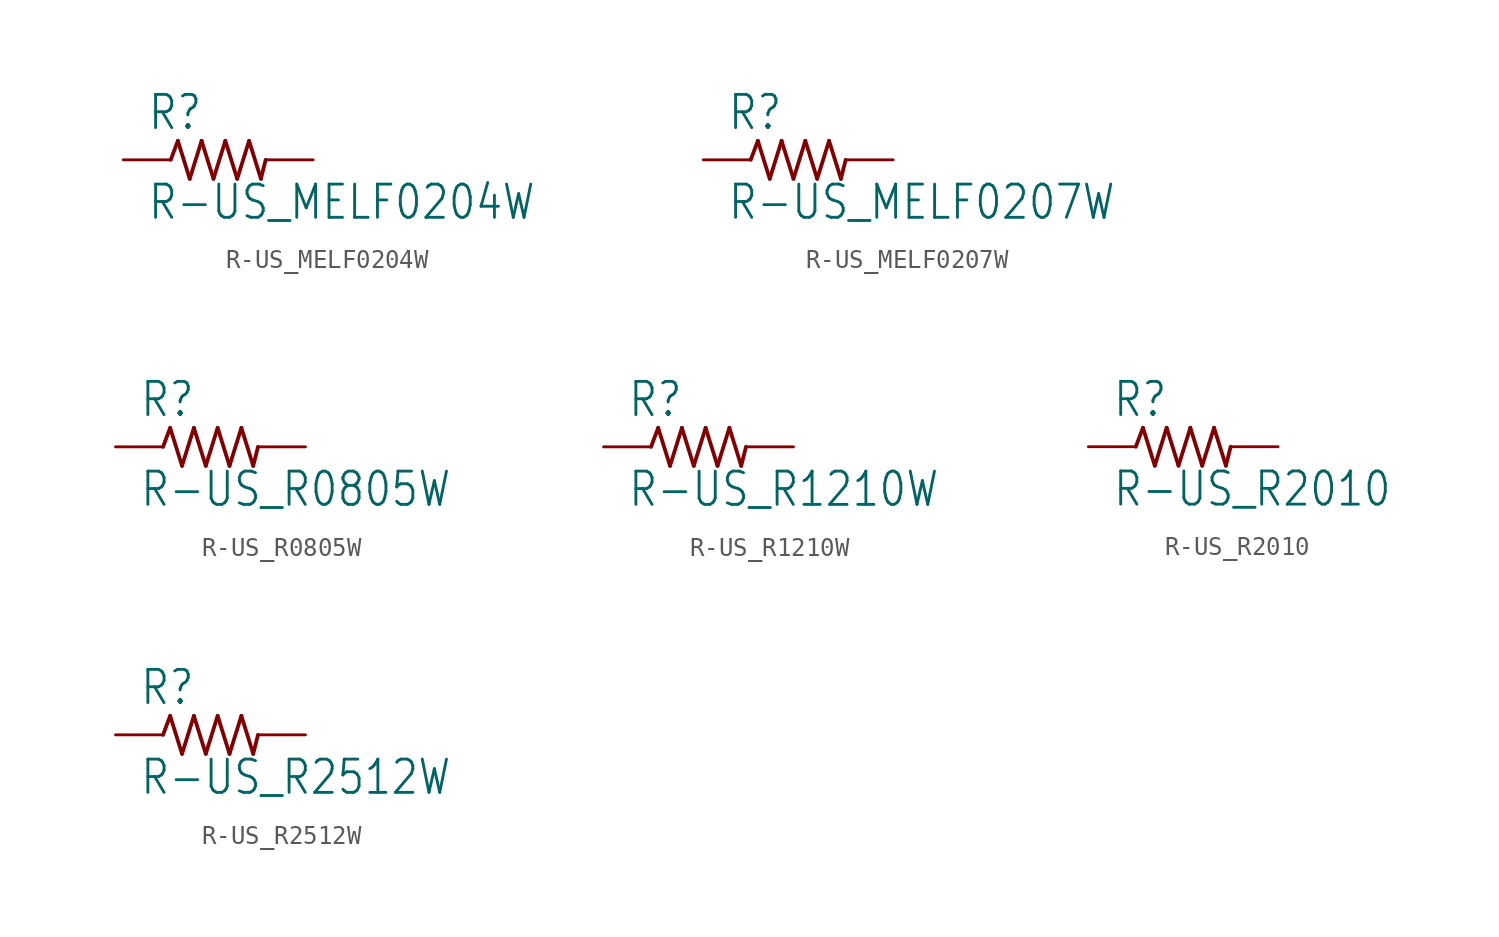
<source format=kicad_sym>
(kicad_symbol_lib
  (version 20211014)
  (generator kicad_symbol_editor)
  (symbol "R-US_MELF0204W"
    (property "Reference" "R"
      (at -3.81 1.499 0)
      (effects (font (size 1.778 1.511)) (justify left bottom)))
    (property "Value" "R-US_MELF0204W"
      (at -3.81 -3.302 0)
      (effects (font (size 1.778 1.511)) (justify left bottom)))
    (property "ki_locked" ""
      (at 0 0 0)
      (effects (font (size 1.27 1.27))))
    (symbol "R-US_MELF0204W_1_0"
      (polyline (pts (xy -2.54 0) (xy -2.159 1.016)) (stroke (width 0.203) (type default) (color 0 0 0 0)) (fill (type none)))
      (polyline (pts (xy -2.159 1.016) (xy -1.524 -1.016)) (stroke (width 0.203) (type default) (color 0 0 0 0)) (fill (type none)))
      (polyline (pts (xy -1.524 -1.016) (xy -0.889 1.016)) (stroke (width 0.203) (type default) (color 0 0 0 0)) (fill (type none)))
      (polyline (pts (xy -0.889 1.016) (xy -0.254 -1.016)) (stroke (width 0.203) (type default) (color 0 0 0 0)) (fill (type none)))
      (polyline (pts (xy -0.254 -1.016) (xy 0.381 1.016)) (stroke (width 0.203) (type default) (color 0 0 0 0)) (fill (type none)))
      (polyline (pts (xy 0.381 1.016) (xy 1.016 -1.016)) (stroke (width 0.203) (type default) (color 0 0 0 0)) (fill (type none)))
      (polyline (pts (xy 1.016 -1.016) (xy 1.651 1.016)) (stroke (width 0.203) (type default) (color 0 0 0 0)) (fill (type none)))
      (polyline (pts (xy 1.651 1.016) (xy 2.286 -1.016)) (stroke (width 0.203) (type default) (color 0 0 0 0)) (fill (type none)))
      (polyline (pts (xy 2.286 -1.016) (xy 2.54 0)) (stroke (width 0.203) (type default) (color 0 0 0 0)) (fill (type none)))
      (pin passive line (at -5.08 0 0) (length 2.54) (name "1" (effects (font (size 0 0)))) (number "1" (effects (font (size 0 0)))))
      (pin passive line (at 5.08 0 180) (length 2.54) (name "2" (effects (font (size 0 0)))) (number "2" (effects (font (size 0 0)))))))
  (symbol "R-US_MELF0207W"
    (property "Reference" "R"
      (at -3.81 1.499 0)
      (effects (font (size 1.778 1.511)) (justify left bottom)))
    (property "Value" "R-US_MELF0207W"
      (at -3.81 -3.302 0)
      (effects (font (size 1.778 1.511)) (justify left bottom)))
    (property "ki_locked" ""
      (at 0 0 0)
      (effects (font (size 1.27 1.27))))
    (symbol "R-US_MELF0207W_1_0"
      (polyline (pts (xy -2.54 0) (xy -2.159 1.016)) (stroke (width 0.203) (type default) (color 0 0 0 0)) (fill (type none)))
      (polyline (pts (xy -2.159 1.016) (xy -1.524 -1.016)) (stroke (width 0.203) (type default) (color 0 0 0 0)) (fill (type none)))
      (polyline (pts (xy -1.524 -1.016) (xy -0.889 1.016)) (stroke (width 0.203) (type default) (color 0 0 0 0)) (fill (type none)))
      (polyline (pts (xy -0.889 1.016) (xy -0.254 -1.016)) (stroke (width 0.203) (type default) (color 0 0 0 0)) (fill (type none)))
      (polyline (pts (xy -0.254 -1.016) (xy 0.381 1.016)) (stroke (width 0.203) (type default) (color 0 0 0 0)) (fill (type none)))
      (polyline (pts (xy 0.381 1.016) (xy 1.016 -1.016)) (stroke (width 0.203) (type default) (color 0 0 0 0)) (fill (type none)))
      (polyline (pts (xy 1.016 -1.016) (xy 1.651 1.016)) (stroke (width 0.203) (type default) (color 0 0 0 0)) (fill (type none)))
      (polyline (pts (xy 1.651 1.016) (xy 2.286 -1.016)) (stroke (width 0.203) (type default) (color 0 0 0 0)) (fill (type none)))
      (polyline (pts (xy 2.286 -1.016) (xy 2.54 0)) (stroke (width 0.203) (type default) (color 0 0 0 0)) (fill (type none)))
      (pin passive line (at -5.08 0 0) (length 2.54) (name "1" (effects (font (size 0 0)))) (number "1" (effects (font (size 0 0)))))
      (pin passive line (at 5.08 0 180) (length 2.54) (name "2" (effects (font (size 0 0)))) (number "2" (effects (font (size 0 0)))))))
  (symbol "R-US_R0805W"
    (property "Reference" "R"
      (at -3.81 1.499 0)
      (effects (font (size 1.778 1.511)) (justify left bottom)))
    (property "Value" "R-US_R0805W"
      (at -3.81 -3.302 0)
      (effects (font (size 1.778 1.511)) (justify left bottom)))
    (property "ki_locked" ""
      (at 0 0 0)
      (effects (font (size 1.27 1.27))))
    (symbol "R-US_R0805W_1_0"
      (polyline (pts (xy -2.54 0) (xy -2.159 1.016)) (stroke (width 0.203) (type default) (color 0 0 0 0)) (fill (type none)))
      (polyline (pts (xy -2.159 1.016) (xy -1.524 -1.016)) (stroke (width 0.203) (type default) (color 0 0 0 0)) (fill (type none)))
      (polyline (pts (xy -1.524 -1.016) (xy -0.889 1.016)) (stroke (width 0.203) (type default) (color 0 0 0 0)) (fill (type none)))
      (polyline (pts (xy -0.889 1.016) (xy -0.254 -1.016)) (stroke (width 0.203) (type default) (color 0 0 0 0)) (fill (type none)))
      (polyline (pts (xy -0.254 -1.016) (xy 0.381 1.016)) (stroke (width 0.203) (type default) (color 0 0 0 0)) (fill (type none)))
      (polyline (pts (xy 0.381 1.016) (xy 1.016 -1.016)) (stroke (width 0.203) (type default) (color 0 0 0 0)) (fill (type none)))
      (polyline (pts (xy 1.016 -1.016) (xy 1.651 1.016)) (stroke (width 0.203) (type default) (color 0 0 0 0)) (fill (type none)))
      (polyline (pts (xy 1.651 1.016) (xy 2.286 -1.016)) (stroke (width 0.203) (type default) (color 0 0 0 0)) (fill (type none)))
      (polyline (pts (xy 2.286 -1.016) (xy 2.54 0)) (stroke (width 0.203) (type default) (color 0 0 0 0)) (fill (type none)))
      (pin passive line (at -5.08 0 0) (length 2.54) (name "1" (effects (font (size 0 0)))) (number "1" (effects (font (size 0 0)))))
      (pin passive line (at 5.08 0 180) (length 2.54) (name "2" (effects (font (size 0 0)))) (number "2" (effects (font (size 0 0)))))))
  (symbol "R-US_R1210W"
    (property "Reference" "R"
      (at -3.81 1.499 0)
      (effects (font (size 1.778 1.511)) (justify left bottom)))
    (property "Value" "R-US_R1210W"
      (at -3.81 -3.302 0)
      (effects (font (size 1.778 1.511)) (justify left bottom)))
    (property "ki_locked" ""
      (at 0 0 0)
      (effects (font (size 1.27 1.27))))
    (symbol "R-US_R1210W_1_0"
      (polyline (pts (xy -2.54 0) (xy -2.159 1.016)) (stroke (width 0.203) (type default) (color 0 0 0 0)) (fill (type none)))
      (polyline (pts (xy -2.159 1.016) (xy -1.524 -1.016)) (stroke (width 0.203) (type default) (color 0 0 0 0)) (fill (type none)))
      (polyline (pts (xy -1.524 -1.016) (xy -0.889 1.016)) (stroke (width 0.203) (type default) (color 0 0 0 0)) (fill (type none)))
      (polyline (pts (xy -0.889 1.016) (xy -0.254 -1.016)) (stroke (width 0.203) (type default) (color 0 0 0 0)) (fill (type none)))
      (polyline (pts (xy -0.254 -1.016) (xy 0.381 1.016)) (stroke (width 0.203) (type default) (color 0 0 0 0)) (fill (type none)))
      (polyline (pts (xy 0.381 1.016) (xy 1.016 -1.016)) (stroke (width 0.203) (type default) (color 0 0 0 0)) (fill (type none)))
      (polyline (pts (xy 1.016 -1.016) (xy 1.651 1.016)) (stroke (width 0.203) (type default) (color 0 0 0 0)) (fill (type none)))
      (polyline (pts (xy 1.651 1.016) (xy 2.286 -1.016)) (stroke (width 0.203) (type default) (color 0 0 0 0)) (fill (type none)))
      (polyline (pts (xy 2.286 -1.016) (xy 2.54 0)) (stroke (width 0.203) (type default) (color 0 0 0 0)) (fill (type none)))
      (pin passive line (at -5.08 0 0) (length 2.54) (name "1" (effects (font (size 0 0)))) (number "1" (effects (font (size 0 0)))))
      (pin passive line (at 5.08 0 180) (length 2.54) (name "2" (effects (font (size 0 0)))) (number "2" (effects (font (size 0 0)))))))
  (symbol "R-US_R2010"
    (property "Reference" "R"
      (at -3.81 1.499 0)
      (effects (font (size 1.778 1.511)) (justify left bottom)))
    (property "Value" "R-US_R2010"
      (at -3.81 -3.302 0)
      (effects (font (size 1.778 1.511)) (justify left bottom)))
    (property "ki_locked" ""
      (at 0 0 0)
      (effects (font (size 1.27 1.27))))
    (symbol "R-US_R2010_1_0"
      (polyline (pts (xy -2.54 0) (xy -2.159 1.016)) (stroke (width 0.203) (type default) (color 0 0 0 0)) (fill (type none)))
      (polyline (pts (xy -2.159 1.016) (xy -1.524 -1.016)) (stroke (width 0.203) (type default) (color 0 0 0 0)) (fill (type none)))
      (polyline (pts (xy -1.524 -1.016) (xy -0.889 1.016)) (stroke (width 0.203) (type default) (color 0 0 0 0)) (fill (type none)))
      (polyline (pts (xy -0.889 1.016) (xy -0.254 -1.016)) (stroke (width 0.203) (type default) (color 0 0 0 0)) (fill (type none)))
      (polyline (pts (xy -0.254 -1.016) (xy 0.381 1.016)) (stroke (width 0.203) (type default) (color 0 0 0 0)) (fill (type none)))
      (polyline (pts (xy 0.381 1.016) (xy 1.016 -1.016)) (stroke (width 0.203) (type default) (color 0 0 0 0)) (fill (type none)))
      (polyline (pts (xy 1.016 -1.016) (xy 1.651 1.016)) (stroke (width 0.203) (type default) (color 0 0 0 0)) (fill (type none)))
      (polyline (pts (xy 1.651 1.016) (xy 2.286 -1.016)) (stroke (width 0.203) (type default) (color 0 0 0 0)) (fill (type none)))
      (polyline (pts (xy 2.286 -1.016) (xy 2.54 0)) (stroke (width 0.203) (type default) (color 0 0 0 0)) (fill (type none)))
      (pin passive line (at -5.08 0 0) (length 2.54) (name "1" (effects (font (size 0 0)))) (number "1" (effects (font (size 0 0)))))
      (pin passive line (at 5.08 0 180) (length 2.54) (name "2" (effects (font (size 0 0)))) (number "2" (effects (font (size 0 0)))))))
  (symbol "R-US_R2512W"
    (property "Reference" "R"
      (at -3.81 1.499 0)
      (effects (font (size 1.778 1.511)) (justify left bottom)))
    (property "Value" "R-US_R2512W"
      (at -3.81 -3.302 0)
      (effects (font (size 1.778 1.511)) (justify left bottom)))
    (property "ki_locked" ""
      (at 0 0 0)
      (effects (font (size 1.27 1.27))))
    (symbol "R-US_R2512W_1_0"
      (polyline (pts (xy -2.54 0) (xy -2.159 1.016)) (stroke (width 0.203) (type default) (color 0 0 0 0)) (fill (type none)))
      (polyline (pts (xy -2.159 1.016) (xy -1.524 -1.016)) (stroke (width 0.203) (type default) (color 0 0 0 0)) (fill (type none)))
      (polyline (pts (xy -1.524 -1.016) (xy -0.889 1.016)) (stroke (width 0.203) (type default) (color 0 0 0 0)) (fill (type none)))
      (polyline (pts (xy -0.889 1.016) (xy -0.254 -1.016)) (stroke (width 0.203) (type default) (color 0 0 0 0)) (fill (type none)))
      (polyline (pts (xy -0.254 -1.016) (xy 0.381 1.016)) (stroke (width 0.203) (type default) (color 0 0 0 0)) (fill (type none)))
      (polyline (pts (xy 0.381 1.016) (xy 1.016 -1.016)) (stroke (width 0.203) (type default) (color 0 0 0 0)) (fill (type none)))
      (polyline (pts (xy 1.016 -1.016) (xy 1.651 1.016)) (stroke (width 0.203) (type default) (color 0 0 0 0)) (fill (type none)))
      (polyline (pts (xy 1.651 1.016) (xy 2.286 -1.016)) (stroke (width 0.203) (type default) (color 0 0 0 0)) (fill (type none)))
      (polyline (pts (xy 2.286 -1.016) (xy 2.54 0)) (stroke (width 0.203) (type default) (color 0 0 0 0)) (fill (type none)))
      (pin passive line (at -5.08 0 0) (length 2.54) (name "1" (effects (font (size 0 0)))) (number "1" (effects (font (size 0 0)))))
      (pin passive line (at 5.08 0 180) (length 2.54) (name "2" (effects (font (size 0 0)))) (number "2" (effects (font (size 0 0))))))))
</source>
